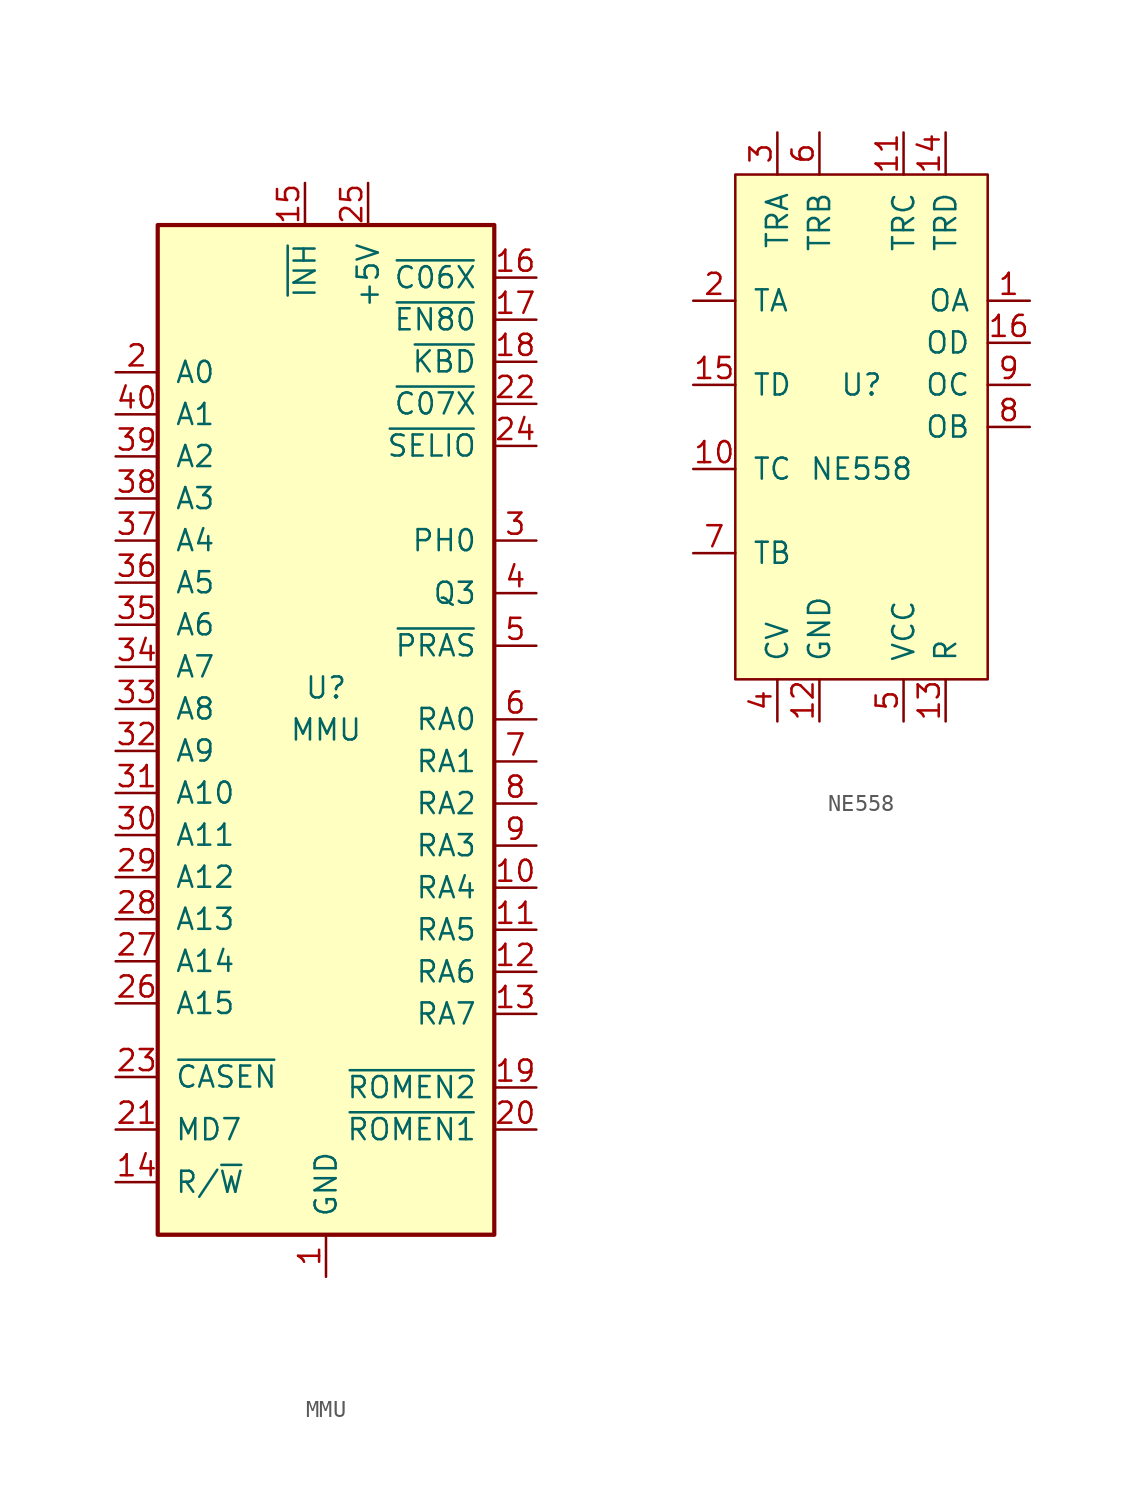
<source format=kicad_sym>
(kicad_symbol_lib
  (version 20220914)
  (generator kicad_symbol_editor)
  (symbol "MMU"
    (pin_names
      (offset 1.016))
    (property "Reference" "U"
      (at 0 2.54 0)
      (effects (font (size 1.27 1.27))))
    (property "Value" "MMU"
      (at 0 0 0)
      (effects (font (size 1.27 1.27))))
    (symbol "MMU_0_1"
      (rectangle (start -10.16 30.48) (end 10.16 -30.48) (stroke (width 0.254) (type solid)) (fill (type background))))
    (symbol "MMU_1_1"
      (pin power_in line (at 0 -33.02 90) (length 2.54) (name "GND" (effects (font (size 1.27 1.27)))) (number "1" (effects (font (size 1.27 1.27)))))
      (pin output line (at 12.7 -9.525 180) (length 2.54) (name "RA4" (effects (font (size 1.27 1.27)))) (number "10" (effects (font (size 1.27 1.27)))))
      (pin output line (at 12.7 -12.065 180) (length 2.54) (name "RA5" (effects (font (size 1.27 1.27)))) (number "11" (effects (font (size 1.27 1.27)))))
      (pin output line (at 12.7 -14.605 180) (length 2.54) (name "RA6" (effects (font (size 1.27 1.27)))) (number "12" (effects (font (size 1.27 1.27)))))
      (pin output line (at 12.7 -17.145 180) (length 2.54) (name "RA7" (effects (font (size 1.27 1.27)))) (number "13" (effects (font (size 1.27 1.27)))))
      (pin input line (at -12.7 -27.305 0) (length 2.54) (name "R/~{W}" (effects (font (size 1.27 1.27)))) (number "14" (effects (font (size 1.27 1.27)))))
      (pin input line (at -1.27 33.02 270) (length 2.54) (name "~{INH}" (effects (font (size 1.27 1.27)))) (number "15" (effects (font (size 1.27 1.27)))))
      (pin output line (at 12.7 27.305 180) (length 2.54) (name "~{C06X}" (effects (font (size 1.27 1.27)))) (number "16" (effects (font (size 1.27 1.27)))))
      (pin output line (at 12.7 24.765 180) (length 2.54) (name "~{EN80}" (effects (font (size 1.27 1.27)))) (number "17" (effects (font (size 1.27 1.27)))))
      (pin input line (at 12.7 22.225 180) (length 2.54) (name "~{KBD}" (effects (font (size 1.27 1.27)))) (number "18" (effects (font (size 1.27 1.27)))))
      (pin output line (at 12.7 -21.59 180) (length 2.54) (name "~{ROMEN2}" (effects (font (size 1.27 1.27)))) (number "19" (effects (font (size 1.27 1.27)))))
      (pin input line (at -12.7 21.59 0) (length 2.54) (name "A0" (effects (font (size 1.27 1.27)))) (number "2" (effects (font (size 1.27 1.27)))))
      (pin output line (at 12.7 -24.13 180) (length 2.54) (name "~{ROMEN1}" (effects (font (size 1.27 1.27)))) (number "20" (effects (font (size 1.27 1.27)))))
      (pin tri_state line (at -12.7 -24.13 0) (length 2.54) (name "MD7" (effects (font (size 1.27 1.27)))) (number "21" (effects (font (size 1.27 1.27)))))
      (pin output line (at 12.7 19.685 180) (length 2.54) (name "~{C07X}" (effects (font (size 1.27 1.27)))) (number "22" (effects (font (size 1.27 1.27)))))
      (pin output line (at -12.7 -20.955 0) (length 2.54) (name "~{CASEN}" (effects (font (size 1.27 1.27)))) (number "23" (effects (font (size 1.27 1.27)))))
      (pin output line (at 12.7 17.145 180) (length 2.54) (name "~{SELIO}" (effects (font (size 1.27 1.27)))) (number "24" (effects (font (size 1.27 1.27)))))
      (pin open_collector line (at 2.54 33.02 270) (length 2.54) (name "+5V" (effects (font (size 1.27 1.27)))) (number "25" (effects (font (size 1.27 1.27)))))
      (pin input line (at -12.7 -16.51 0) (length 2.54) (name "A15" (effects (font (size 1.27 1.27)))) (number "26" (effects (font (size 1.27 1.27)))))
      (pin input line (at -12.7 -13.97 0) (length 2.54) (name "A14" (effects (font (size 1.27 1.27)))) (number "27" (effects (font (size 1.27 1.27)))))
      (pin input line (at -12.7 -11.43 0) (length 2.54) (name "A13" (effects (font (size 1.27 1.27)))) (number "28" (effects (font (size 1.27 1.27)))))
      (pin input line (at -12.7 -8.89 0) (length 2.54) (name "A12" (effects (font (size 1.27 1.27)))) (number "29" (effects (font (size 1.27 1.27)))))
      (pin input line (at 12.7 11.43 180) (length 2.54) (name "PH0" (effects (font (size 1.27 1.27)))) (number "3" (effects (font (size 1.27 1.27)))))
      (pin input line (at -12.7 -6.35 0) (length 2.54) (name "A11" (effects (font (size 1.27 1.27)))) (number "30" (effects (font (size 1.27 1.27)))))
      (pin input line (at -12.7 -3.81 0) (length 2.54) (name "A10" (effects (font (size 1.27 1.27)))) (number "31" (effects (font (size 1.27 1.27)))))
      (pin input line (at -12.7 -1.27 0) (length 2.54) (name "A9" (effects (font (size 1.27 1.27)))) (number "32" (effects (font (size 1.27 1.27)))))
      (pin input line (at -12.7 1.27 0) (length 2.54) (name "A8" (effects (font (size 1.27 1.27)))) (number "33" (effects (font (size 1.27 1.27)))))
      (pin input line (at -12.7 3.81 0) (length 2.54) (name "A7" (effects (font (size 1.27 1.27)))) (number "34" (effects (font (size 1.27 1.27)))))
      (pin input line (at -12.7 6.35 0) (length 2.54) (name "A6" (effects (font (size 1.27 1.27)))) (number "35" (effects (font (size 1.27 1.27)))))
      (pin input line (at -12.7 8.89 0) (length 2.54) (name "A5" (effects (font (size 1.27 1.27)))) (number "36" (effects (font (size 1.27 1.27)))))
      (pin input line (at -12.7 11.43 0) (length 2.54) (name "A4" (effects (font (size 1.27 1.27)))) (number "37" (effects (font (size 1.27 1.27)))))
      (pin input line (at -12.7 13.97 0) (length 2.54) (name "A3" (effects (font (size 1.27 1.27)))) (number "38" (effects (font (size 1.27 1.27)))))
      (pin input line (at -12.7 16.51 0) (length 2.54) (name "A2" (effects (font (size 1.27 1.27)))) (number "39" (effects (font (size 1.27 1.27)))))
      (pin input line (at 12.7 8.255 180) (length 2.54) (name "Q3" (effects (font (size 1.27 1.27)))) (number "4" (effects (font (size 1.27 1.27)))))
      (pin input line (at -12.7 19.05 0) (length 2.54) (name "A1" (effects (font (size 1.27 1.27)))) (number "40" (effects (font (size 1.27 1.27)))))
      (pin output line (at 12.7 5.08 180) (length 2.54) (name "~{PRAS}" (effects (font (size 1.27 1.27)))) (number "5" (effects (font (size 1.27 1.27)))))
      (pin output line (at 12.7 0.635 180) (length 2.54) (name "RA0" (effects (font (size 1.27 1.27)))) (number "6" (effects (font (size 1.27 1.27)))))
      (pin output line (at 12.7 -1.905 180) (length 2.54) (name "RA1" (effects (font (size 1.27 1.27)))) (number "7" (effects (font (size 1.27 1.27)))))
      (pin output line (at 12.7 -4.445 180) (length 2.54) (name "RA2" (effects (font (size 1.27 1.27)))) (number "8" (effects (font (size 1.27 1.27)))))
      (pin output line (at 12.7 -6.985 180) (length 2.54) (name "RA3" (effects (font (size 1.27 1.27)))) (number "9" (effects (font (size 1.27 1.27)))))))
  (symbol "NE558"
    (pin_names
      (offset 1.016))
    (property "Reference" "U"
      (at 0 2.54 0)
      (effects (font (size 1.27 1.27))))
    (property "Value" "NE558"
      (at 0 -2.54 0)
      (effects (font (size 1.27 1.27))))
    (symbol "NE558_0_1"
      (rectangle (start -7.62 15.24) (end 7.62 -15.24) (stroke (width 0) (type solid)) (fill (type background))))
    (symbol "NE558_1_1"
      (pin input line (at 10.16 7.62 180) (length 2.54) (name "OA" (effects (font (size 1.27 1.27)))) (number "1" (effects (font (size 1.27 1.27)))))
      (pin input line (at -10.16 -2.54 0) (length 2.54) (name "TC" (effects (font (size 1.27 1.27)))) (number "10" (effects (font (size 1.27 1.27)))))
      (pin input line (at 2.54 17.78 270) (length 2.54) (name "TRC" (effects (font (size 1.27 1.27)))) (number "11" (effects (font (size 1.27 1.27)))))
      (pin input line (at -2.54 -17.78 90) (length 2.54) (name "GND" (effects (font (size 1.27 1.27)))) (number "12" (effects (font (size 1.27 1.27)))))
      (pin input line (at 5.08 -17.78 90) (length 2.54) (name "R" (effects (font (size 1.27 1.27)))) (number "13" (effects (font (size 1.27 1.27)))))
      (pin input line (at 5.08 17.78 270) (length 2.54) (name "TRD" (effects (font (size 1.27 1.27)))) (number "14" (effects (font (size 1.27 1.27)))))
      (pin input line (at -10.16 2.54 0) (length 2.54) (name "TD" (effects (font (size 1.27 1.27)))) (number "15" (effects (font (size 1.27 1.27)))))
      (pin input line (at 10.16 5.08 180) (length 2.54) (name "OD" (effects (font (size 1.27 1.27)))) (number "16" (effects (font (size 1.27 1.27)))))
      (pin input line (at -10.16 7.62 0) (length 2.54) (name "TA" (effects (font (size 1.27 1.27)))) (number "2" (effects (font (size 1.27 1.27)))))
      (pin input line (at -5.08 17.78 270) (length 2.54) (name "TRA" (effects (font (size 1.27 1.27)))) (number "3" (effects (font (size 1.27 1.27)))))
      (pin input line (at -5.08 -17.78 90) (length 2.54) (name "CV" (effects (font (size 1.27 1.27)))) (number "4" (effects (font (size 1.27 1.27)))))
      (pin input line (at 2.54 -17.78 90) (length 2.54) (name "VCC" (effects (font (size 1.27 1.27)))) (number "5" (effects (font (size 1.27 1.27)))))
      (pin input line (at -2.54 17.78 270) (length 2.54) (name "TRB" (effects (font (size 1.27 1.27)))) (number "6" (effects (font (size 1.27 1.27)))))
      (pin input line (at -10.16 -7.62 0) (length 2.54) (name "TB" (effects (font (size 1.27 1.27)))) (number "7" (effects (font (size 1.27 1.27)))))
      (pin input line (at 10.16 0 180) (length 2.54) (name "OB" (effects (font (size 1.27 1.27)))) (number "8" (effects (font (size 1.27 1.27)))))
      (pin input line (at 10.16 2.54 180) (length 2.54) (name "OC" (effects (font (size 1.27 1.27)))) (number "9" (effects (font (size 1.27 1.27))))))))
</source>
